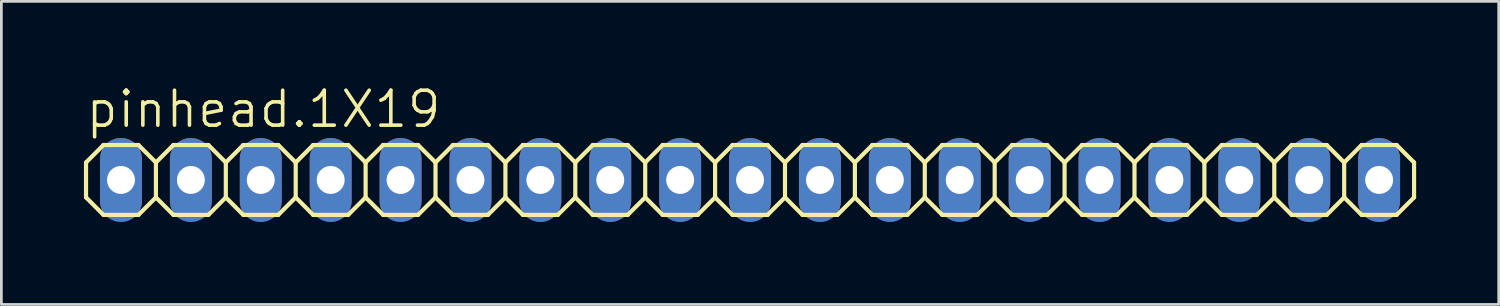
<source format=kicad_pcb>
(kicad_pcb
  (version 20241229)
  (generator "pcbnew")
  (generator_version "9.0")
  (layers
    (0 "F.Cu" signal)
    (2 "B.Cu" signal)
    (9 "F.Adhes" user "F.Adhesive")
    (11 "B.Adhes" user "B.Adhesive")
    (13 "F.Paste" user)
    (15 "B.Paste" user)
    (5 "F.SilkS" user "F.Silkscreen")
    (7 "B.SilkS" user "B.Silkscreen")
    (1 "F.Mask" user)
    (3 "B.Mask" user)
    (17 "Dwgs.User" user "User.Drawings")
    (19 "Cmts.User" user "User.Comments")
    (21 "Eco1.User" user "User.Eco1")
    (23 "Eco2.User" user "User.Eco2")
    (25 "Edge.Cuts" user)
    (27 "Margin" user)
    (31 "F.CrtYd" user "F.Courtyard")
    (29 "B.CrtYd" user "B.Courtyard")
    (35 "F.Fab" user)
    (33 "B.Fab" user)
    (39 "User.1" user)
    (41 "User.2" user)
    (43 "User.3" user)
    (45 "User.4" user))
  (footprint "pinhead.1X19"
    (layer "F.Cu")
    (at 24.206 3.489)
    (property "Reference" "pinhead.1X19" (at -24.206 -1.829 0) (layer "F.SilkS") (effects (font (size 1.27 1.27) (thickness 0.13)) (justify left bottom)))
    (attr through_hole)
    (fp_line (start -24.13 -0.635) (end -24.13 0.635) (stroke (width 0.152) (type default)) (layer "F.SilkS"))
    (fp_line (start -24.13 0.635) (end -23.495 1.27) (stroke (width 0.152) (type default)) (layer "F.SilkS"))
    (fp_line (start -23.495 -1.27) (end -24.13 -0.635) (stroke (width 0.152) (type default)) (layer "F.SilkS"))
    (fp_line (start -23.495 -1.27) (end -22.225 -1.27) (stroke (width 0.152) (type default)) (layer "F.SilkS"))
    (fp_line (start -22.225 -1.27) (end -21.59 -0.635) (stroke (width 0.152) (type default)) (layer "F.SilkS"))
    (fp_line (start -22.225 1.27) (end -23.495 1.27) (stroke (width 0.152) (type default)) (layer "F.SilkS"))
    (fp_line (start -21.59 -0.635) (end -21.59 0.635) (stroke (width 0.152) (type default)) (layer "F.SilkS"))
    (fp_line (start -21.59 -0.635) (end -20.955 -1.27) (stroke (width 0.152) (type default)) (layer "F.SilkS"))
    (fp_line (start -21.59 0.635) (end -22.225 1.27) (stroke (width 0.152) (type default)) (layer "F.SilkS"))
    (fp_line (start -20.955 -1.27) (end -19.685 -1.27) (stroke (width 0.152) (type default)) (layer "F.SilkS"))
    (fp_line (start -20.955 1.27) (end -21.59 0.635) (stroke (width 0.152) (type default)) (layer "F.SilkS"))
    (fp_line (start -19.685 -1.27) (end -19.05 -0.635) (stroke (width 0.152) (type default)) (layer "F.SilkS"))
    (fp_line (start -19.685 1.27) (end -20.955 1.27) (stroke (width 0.152) (type default)) (layer "F.SilkS"))
    (fp_line (start -19.05 -0.635) (end -19.05 0.635) (stroke (width 0.152) (type default)) (layer "F.SilkS"))
    (fp_line (start -19.05 -0.635) (end -18.415 -1.27) (stroke (width 0.152) (type default)) (layer "F.SilkS"))
    (fp_line (start -19.05 0.635) (end -19.685 1.27) (stroke (width 0.152) (type default)) (layer "F.SilkS"))
    (fp_line (start -18.415 -1.27) (end -17.145 -1.27) (stroke (width 0.152) (type default)) (layer "F.SilkS"))
    (fp_line (start -18.415 1.27) (end -19.05 0.635) (stroke (width 0.152) (type default)) (layer "F.SilkS"))
    (fp_line (start -17.145 -1.27) (end -16.51 -0.635) (stroke (width 0.152) (type default)) (layer "F.SilkS"))
    (fp_line (start -17.145 1.27) (end -18.415 1.27) (stroke (width 0.152) (type default)) (layer "F.SilkS"))
    (fp_line (start -16.51 -0.635) (end -16.51 0.635) (stroke (width 0.152) (type default)) (layer "F.SilkS"))
    (fp_line (start -16.51 0.635) (end -17.145 1.27) (stroke (width 0.152) (type default)) (layer "F.SilkS"))
    (fp_line (start -16.51 0.635) (end -15.875 1.27) (stroke (width 0.152) (type default)) (layer "F.SilkS"))
    (fp_line (start -15.875 -1.27) (end -16.51 -0.635) (stroke (width 0.152) (type default)) (layer "F.SilkS"))
    (fp_line (start -15.875 -1.27) (end -14.605 -1.27) (stroke (width 0.152) (type default)) (layer "F.SilkS"))
    (fp_line (start -14.605 -1.27) (end -13.97 -0.635) (stroke (width 0.152) (type default)) (layer "F.SilkS"))
    (fp_line (start -14.605 1.27) (end -15.875 1.27) (stroke (width 0.152) (type default)) (layer "F.SilkS"))
    (fp_line (start -13.97 -0.635) (end -13.97 0.635) (stroke (width 0.152) (type default)) (layer "F.SilkS"))
    (fp_line (start -13.97 -0.635) (end -13.335 -1.27) (stroke (width 0.152) (type default)) (layer "F.SilkS"))
    (fp_line (start -13.97 0.635) (end -14.605 1.27) (stroke (width 0.152) (type default)) (layer "F.SilkS"))
    (fp_line (start -13.335 -1.27) (end -12.065 -1.27) (stroke (width 0.152) (type default)) (layer "F.SilkS"))
    (fp_line (start -13.335 1.27) (end -13.97 0.635) (stroke (width 0.152) (type default)) (layer "F.SilkS"))
    (fp_line (start -12.065 -1.27) (end -11.43 -0.635) (stroke (width 0.152) (type default)) (layer "F.SilkS"))
    (fp_line (start -12.065 1.27) (end -13.335 1.27) (stroke (width 0.152) (type default)) (layer "F.SilkS"))
    (fp_line (start -11.43 -0.635) (end -11.43 0.635) (stroke (width 0.152) (type default)) (layer "F.SilkS"))
    (fp_line (start -11.43 -0.635) (end -10.795 -1.27) (stroke (width 0.152) (type default)) (layer "F.SilkS"))
    (fp_line (start -11.43 0.635) (end -12.065 1.27) (stroke (width 0.152) (type default)) (layer "F.SilkS"))
    (fp_line (start -10.795 -1.27) (end -9.525 -1.27) (stroke (width 0.152) (type default)) (layer "F.SilkS"))
    (fp_line (start -10.795 1.27) (end -11.43 0.635) (stroke (width 0.152) (type default)) (layer "F.SilkS"))
    (fp_line (start -9.525 -1.27) (end -8.89 -0.635) (stroke (width 0.152) (type default)) (layer "F.SilkS"))
    (fp_line (start -9.525 1.27) (end -10.795 1.27) (stroke (width 0.152) (type default)) (layer "F.SilkS"))
    (fp_line (start -8.89 -0.635) (end -8.89 0.635) (stroke (width 0.152) (type default)) (layer "F.SilkS"))
    (fp_line (start -8.89 0.635) (end -9.525 1.27) (stroke (width 0.152) (type default)) (layer "F.SilkS"))
    (fp_line (start -8.89 0.635) (end -8.255 1.27) (stroke (width 0.152) (type default)) (layer "F.SilkS"))
    (fp_line (start -8.255 -1.27) (end -8.89 -0.635) (stroke (width 0.152) (type default)) (layer "F.SilkS"))
    (fp_line (start -8.255 -1.27) (end -6.985 -1.27) (stroke (width 0.152) (type default)) (layer "F.SilkS"))
    (fp_line (start -6.985 -1.27) (end -6.35 -0.635) (stroke (width 0.152) (type default)) (layer "F.SilkS"))
    (fp_line (start -6.985 1.27) (end -8.255 1.27) (stroke (width 0.152) (type default)) (layer "F.SilkS"))
    (fp_line (start -6.35 -0.635) (end -6.35 0.635) (stroke (width 0.152) (type default)) (layer "F.SilkS"))
    (fp_line (start -6.35 -0.635) (end -5.715 -1.27) (stroke (width 0.152) (type default)) (layer "F.SilkS"))
    (fp_line (start -6.35 0.635) (end -6.985 1.27) (stroke (width 0.152) (type default)) (layer "F.SilkS"))
    (fp_line (start -5.715 -1.27) (end -4.445 -1.27) (stroke (width 0.152) (type default)) (layer "F.SilkS"))
    (fp_line (start -5.715 1.27) (end -6.35 0.635) (stroke (width 0.152) (type default)) (layer "F.SilkS"))
    (fp_line (start -4.445 -1.27) (end -3.81 -0.635) (stroke (width 0.152) (type default)) (layer "F.SilkS"))
    (fp_line (start -4.445 1.27) (end -5.715 1.27) (stroke (width 0.152) (type default)) (layer "F.SilkS"))
    (fp_line (start -3.81 -0.635) (end -3.81 0.635) (stroke (width 0.152) (type default)) (layer "F.SilkS"))
    (fp_line (start -3.81 -0.635) (end -3.175 -1.27) (stroke (width 0.152) (type default)) (layer "F.SilkS"))
    (fp_line (start -3.81 0.635) (end -4.445 1.27) (stroke (width 0.152) (type default)) (layer "F.SilkS"))
    (fp_line (start -3.175 -1.27) (end -1.905 -1.27) (stroke (width 0.152) (type default)) (layer "F.SilkS"))
    (fp_line (start -3.175 1.27) (end -3.81 0.635) (stroke (width 0.152) (type default)) (layer "F.SilkS"))
    (fp_line (start -1.905 -1.27) (end -1.27 -0.635) (stroke (width 0.152) (type default)) (layer "F.SilkS"))
    (fp_line (start -1.905 1.27) (end -3.175 1.27) (stroke (width 0.152) (type default)) (layer "F.SilkS"))
    (fp_line (start -1.27 -0.635) (end -1.27 0.635) (stroke (width 0.152) (type default)) (layer "F.SilkS"))
    (fp_line (start -1.27 0.635) (end -1.905 1.27) (stroke (width 0.152) (type default)) (layer "F.SilkS"))
    (fp_line (start -1.27 0.635) (end -0.635 1.27) (stroke (width 0.152) (type default)) (layer "F.SilkS"))
    (fp_line (start -0.635 -1.27) (end -1.27 -0.635) (stroke (width 0.152) (type default)) (layer "F.SilkS"))
    (fp_line (start -0.635 -1.27) (end 0.635 -1.27) (stroke (width 0.152) (type default)) (layer "F.SilkS"))
    (fp_line (start 0.635 -1.27) (end 1.27 -0.635) (stroke (width 0.152) (type default)) (layer "F.SilkS"))
    (fp_line (start 0.635 1.27) (end -0.635 1.27) (stroke (width 0.152) (type default)) (layer "F.SilkS"))
    (fp_line (start 1.27 -0.635) (end 1.27 0.635) (stroke (width 0.152) (type default)) (layer "F.SilkS"))
    (fp_line (start 1.27 -0.635) (end 1.905 -1.27) (stroke (width 0.152) (type default)) (layer "F.SilkS"))
    (fp_line (start 1.27 0.635) (end 0.635 1.27) (stroke (width 0.152) (type default)) (layer "F.SilkS"))
    (fp_line (start 1.905 -1.27) (end 3.175 -1.27) (stroke (width 0.152) (type default)) (layer "F.SilkS"))
    (fp_line (start 1.905 1.27) (end 1.27 0.635) (stroke (width 0.152) (type default)) (layer "F.SilkS"))
    (fp_line (start 3.175 -1.27) (end 3.81 -0.635) (stroke (width 0.152) (type default)) (layer "F.SilkS"))
    (fp_line (start 3.175 1.27) (end 1.905 1.27) (stroke (width 0.152) (type default)) (layer "F.SilkS"))
    (fp_line (start 3.81 -0.635) (end 3.81 0.635) (stroke (width 0.152) (type default)) (layer "F.SilkS"))
    (fp_line (start 3.81 -0.635) (end 4.445 -1.27) (stroke (width 0.152) (type default)) (layer "F.SilkS"))
    (fp_line (start 3.81 0.635) (end 3.175 1.27) (stroke (width 0.152) (type default)) (layer "F.SilkS"))
    (fp_line (start 4.445 -1.27) (end 5.715 -1.27) (stroke (width 0.152) (type default)) (layer "F.SilkS"))
    (fp_line (start 4.445 1.27) (end 3.81 0.635) (stroke (width 0.152) (type default)) (layer "F.SilkS"))
    (fp_line (start 5.715 -1.27) (end 6.35 -0.635) (stroke (width 0.152) (type default)) (layer "F.SilkS"))
    (fp_line (start 5.715 1.27) (end 4.445 1.27) (stroke (width 0.152) (type default)) (layer "F.SilkS"))
    (fp_line (start 6.35 -0.635) (end 6.35 0.635) (stroke (width 0.152) (type default)) (layer "F.SilkS"))
    (fp_line (start 6.35 0.635) (end 5.715 1.27) (stroke (width 0.152) (type default)) (layer "F.SilkS"))
    (fp_line (start 6.35 0.635) (end 6.985 1.27) (stroke (width 0.152) (type default)) (layer "F.SilkS"))
    (fp_line (start 6.985 -1.27) (end 6.35 -0.635) (stroke (width 0.152) (type default)) (layer "F.SilkS"))
    (fp_line (start 6.985 -1.27) (end 8.255 -1.27) (stroke (width 0.152) (type default)) (layer "F.SilkS"))
    (fp_line (start 8.255 -1.27) (end 8.89 -0.635) (stroke (width 0.152) (type default)) (layer "F.SilkS"))
    (fp_line (start 8.255 1.27) (end 6.985 1.27) (stroke (width 0.152) (type default)) (layer "F.SilkS"))
    (fp_line (start 8.89 -0.635) (end 8.89 0.635) (stroke (width 0.152) (type default)) (layer "F.SilkS"))
    (fp_line (start 8.89 -0.635) (end 9.525 -1.27) (stroke (width 0.152) (type default)) (layer "F.SilkS"))
    (fp_line (start 8.89 0.635) (end 8.255 1.27) (stroke (width 0.152) (type default)) (layer "F.SilkS"))
    (fp_line (start 9.525 -1.27) (end 10.795 -1.27) (stroke (width 0.152) (type default)) (layer "F.SilkS"))
    (fp_line (start 9.525 1.27) (end 8.89 0.635) (stroke (width 0.152) (type default)) (layer "F.SilkS"))
    (fp_line (start 10.795 -1.27) (end 11.43 -0.635) (stroke (width 0.152) (type default)) (layer "F.SilkS"))
    (fp_line (start 10.795 1.27) (end 9.525 1.27) (stroke (width 0.152) (type default)) (layer "F.SilkS"))
    (fp_line (start 11.43 -0.635) (end 11.43 0.635) (stroke (width 0.152) (type default)) (layer "F.SilkS"))
    (fp_line (start 11.43 -0.635) (end 12.065 -1.27) (stroke (width 0.152) (type default)) (layer "F.SilkS"))
    (fp_line (start 11.43 0.635) (end 10.795 1.27) (stroke (width 0.152) (type default)) (layer "F.SilkS"))
    (fp_line (start 12.065 -1.27) (end 13.335 -1.27) (stroke (width 0.152) (type default)) (layer "F.SilkS"))
    (fp_line (start 12.065 1.27) (end 11.43 0.635) (stroke (width 0.152) (type default)) (layer "F.SilkS"))
    (fp_line (start 13.335 -1.27) (end 13.97 -0.635) (stroke (width 0.152) (type default)) (layer "F.SilkS"))
    (fp_line (start 13.335 1.27) (end 12.065 1.27) (stroke (width 0.152) (type default)) (layer "F.SilkS"))
    (fp_line (start 13.97 -0.635) (end 13.97 0.635) (stroke (width 0.152) (type default)) (layer "F.SilkS"))
    (fp_line (start 13.97 0.635) (end 13.335 1.27) (stroke (width 0.152) (type default)) (layer "F.SilkS"))
    (fp_line (start 13.97 0.635) (end 14.605 1.27) (stroke (width 0.152) (type default)) (layer "F.SilkS"))
    (fp_line (start 14.605 -1.27) (end 13.97 -0.635) (stroke (width 0.152) (type default)) (layer "F.SilkS"))
    (fp_line (start 14.605 -1.27) (end 15.875 -1.27) (stroke (width 0.152) (type default)) (layer "F.SilkS"))
    (fp_line (start 15.875 -1.27) (end 16.51 -0.635) (stroke (width 0.152) (type default)) (layer "F.SilkS"))
    (fp_line (start 15.875 1.27) (end 14.605 1.27) (stroke (width 0.152) (type default)) (layer "F.SilkS"))
    (fp_line (start 16.51 -0.635) (end 16.51 0.635) (stroke (width 0.152) (type default)) (layer "F.SilkS"))
    (fp_line (start 16.51 -0.635) (end 17.145 -1.27) (stroke (width 0.152) (type default)) (layer "F.SilkS"))
    (fp_line (start 16.51 0.635) (end 15.875 1.27) (stroke (width 0.152) (type default)) (layer "F.SilkS"))
    (fp_line (start 17.145 -1.27) (end 18.415 -1.27) (stroke (width 0.152) (type default)) (layer "F.SilkS"))
    (fp_line (start 17.145 1.27) (end 16.51 0.635) (stroke (width 0.152) (type default)) (layer "F.SilkS"))
    (fp_line (start 18.415 -1.27) (end 19.05 -0.635) (stroke (width 0.152) (type default)) (layer "F.SilkS"))
    (fp_line (start 18.415 1.27) (end 17.145 1.27) (stroke (width 0.152) (type default)) (layer "F.SilkS"))
    (fp_line (start 19.05 -0.635) (end 19.05 0.635) (stroke (width 0.152) (type default)) (layer "F.SilkS"))
    (fp_line (start 19.05 -0.635) (end 19.685 -1.27) (stroke (width 0.152) (type default)) (layer "F.SilkS"))
    (fp_line (start 19.05 0.635) (end 18.415 1.27) (stroke (width 0.152) (type default)) (layer "F.SilkS"))
    (fp_line (start 19.685 -1.27) (end 20.955 -1.27) (stroke (width 0.152) (type default)) (layer "F.SilkS"))
    (fp_line (start 19.685 1.27) (end 19.05 0.635) (stroke (width 0.152) (type default)) (layer "F.SilkS"))
    (fp_line (start 20.955 -1.27) (end 21.59 -0.635) (stroke (width 0.152) (type default)) (layer "F.SilkS"))
    (fp_line (start 20.955 1.27) (end 19.685 1.27) (stroke (width 0.152) (type default)) (layer "F.SilkS"))
    (fp_line (start 21.59 -0.635) (end 21.59 0.635) (stroke (width 0.152) (type default)) (layer "F.SilkS"))
    (fp_line (start 21.59 -0.635) (end 22.225 -1.27) (stroke (width 0.152) (type default)) (layer "F.SilkS"))
    (fp_line (start 21.59 0.635) (end 20.955 1.27) (stroke (width 0.152) (type default)) (layer "F.SilkS"))
    (fp_line (start 22.225 -1.27) (end 23.495 -1.27) (stroke (width 0.152) (type default)) (layer "F.SilkS"))
    (fp_line (start 22.225 1.27) (end 21.59 0.635) (stroke (width 0.152) (type default)) (layer "F.SilkS"))
    (fp_line (start 23.495 -1.27) (end 24.13 -0.635) (stroke (width 0.152) (type default)) (layer "F.SilkS"))
    (fp_line (start 23.495 1.27) (end 22.225 1.27) (stroke (width 0.152) (type default)) (layer "F.SilkS"))
    (fp_line (start 24.13 -0.635) (end 24.13 0.635) (stroke (width 0.152) (type default)) (layer "F.SilkS"))
    (fp_line (start 24.13 0.635) (end 23.495 1.27) (stroke (width 0.152) (type default)) (layer "F.SilkS"))
    (fp_rect (start -23.114 0.254) (end -22.606 -0.254) (stroke (width 0.05) (type default)) (fill no) (layer "F.Fab"))
    (fp_rect (start -20.574 0.254) (end -20.066 -0.254) (stroke (width 0.05) (type default)) (fill no) (layer "F.Fab"))
    (fp_rect (start -18.034 0.254) (end -17.526 -0.254) (stroke (width 0.05) (type default)) (fill no) (layer "F.Fab"))
    (fp_rect (start -15.494 0.254) (end -14.986 -0.254) (stroke (width 0.05) (type default)) (fill no) (layer "F.Fab"))
    (fp_rect (start -12.954 0.254) (end -12.446 -0.254) (stroke (width 0.05) (type default)) (fill no) (layer "F.Fab"))
    (fp_rect (start -10.414 0.254) (end -9.906 -0.254) (stroke (width 0.05) (type default)) (fill no) (layer "F.Fab"))
    (fp_rect (start -7.874 0.254) (end -7.366 -0.254) (stroke (width 0.05) (type default)) (fill no) (layer "F.Fab"))
    (fp_rect (start -5.334 0.254) (end -4.826 -0.254) (stroke (width 0.05) (type default)) (fill no) (layer "F.Fab"))
    (fp_rect (start -2.794 0.254) (end -2.286 -0.254) (stroke (width 0.05) (type default)) (fill no) (layer "F.Fab"))
    (fp_rect (start -0.254 0.254) (end 0.254 -0.254) (stroke (width 0.05) (type default)) (fill no) (layer "F.Fab"))
    (fp_rect (start 2.286 0.254) (end 2.794 -0.254) (stroke (width 0.05) (type default)) (fill no) (layer "F.Fab"))
    (fp_rect (start 4.826 0.254) (end 5.334 -0.254) (stroke (width 0.05) (type default)) (fill no) (layer "F.Fab"))
    (fp_rect (start 7.366 0.254) (end 7.874 -0.254) (stroke (width 0.05) (type default)) (fill no) (layer "F.Fab"))
    (fp_rect (start 9.906 0.254) (end 10.414 -0.254) (stroke (width 0.05) (type default)) (fill no) (layer "F.Fab"))
    (fp_rect (start 12.446 0.254) (end 12.954 -0.254) (stroke (width 0.05) (type default)) (fill no) (layer "F.Fab"))
    (fp_rect (start 14.986 0.254) (end 15.494 -0.254) (stroke (width 0.05) (type default)) (fill no) (layer "F.Fab"))
    (fp_rect (start 17.526 0.254) (end 18.034 -0.254) (stroke (width 0.05) (type default)) (fill no) (layer "F.Fab"))
    (fp_rect (start 20.066 0.254) (end 20.574 -0.254) (stroke (width 0.05) (type default)) (fill no) (layer "F.Fab"))
    (fp_rect (start 22.606 0.254) (end 23.114 -0.254) (stroke (width 0.05) (type default)) (fill no) (layer "F.Fab"))
    (pad "1" thru_hole oval (at -22.86 0 90) (size 3.048 1.524) (drill 1.016) (layers "*.Cu" "*.Mask"))
    (pad "2" thru_hole oval (at -20.32 0 90) (size 3.048 1.524) (drill 1.016) (layers "*.Cu" "*.Mask"))
    (pad "3" thru_hole oval (at -17.78 0 90) (size 3.048 1.524) (drill 1.016) (layers "*.Cu" "*.Mask"))
    (pad "4" thru_hole oval (at -15.24 0 90) (size 3.048 1.524) (drill 1.016) (layers "*.Cu" "*.Mask"))
    (pad "5" thru_hole oval (at -12.7 0 90) (size 3.048 1.524) (drill 1.016) (layers "*.Cu" "*.Mask"))
    (pad "6" thru_hole oval (at -10.16 0 90) (size 3.048 1.524) (drill 1.016) (layers "*.Cu" "*.Mask"))
    (pad "7" thru_hole oval (at -7.62 0 90) (size 3.048 1.524) (drill 1.016) (layers "*.Cu" "*.Mask"))
    (pad "8" thru_hole oval (at -5.08 0 90) (size 3.048 1.524) (drill 1.016) (layers "*.Cu" "*.Mask"))
    (pad "9" thru_hole oval (at -2.54 0 90) (size 3.048 1.524) (drill 1.016) (layers "*.Cu" "*.Mask"))
    (pad "10" thru_hole oval (at 0 0 90) (size 3.048 1.524) (drill 1.016) (layers "*.Cu" "*.Mask"))
    (pad "11" thru_hole oval (at 2.54 0 90) (size 3.048 1.524) (drill 1.016) (layers "*.Cu" "*.Mask"))
    (pad "12" thru_hole oval (at 5.08 0 90) (size 3.048 1.524) (drill 1.016) (layers "*.Cu" "*.Mask"))
    (pad "13" thru_hole oval (at 7.62 0 90) (size 3.048 1.524) (drill 1.016) (layers "*.Cu" "*.Mask"))
    (pad "14" thru_hole oval (at 10.16 0 90) (size 3.048 1.524) (drill 1.016) (layers "*.Cu" "*.Mask"))
    (pad "15" thru_hole oval (at 12.7 0 90) (size 3.048 1.524) (drill 1.016) (layers "*.Cu" "*.Mask"))
    (pad "16" thru_hole oval (at 15.24 0 90) (size 3.048 1.524) (drill 1.016) (layers "*.Cu" "*.Mask"))
    (pad "17" thru_hole oval (at 17.78 0 90) (size 3.048 1.524) (drill 1.016) (layers "*.Cu" "*.Mask"))
    (pad "18" thru_hole oval (at 20.32 0 90) (size 3.048 1.524) (drill 1.016) (layers "*.Cu" "*.Mask"))
    (pad "19" thru_hole oval (at 22.86 0 90) (size 3.048 1.524) (drill 1.016) (layers "*.Cu" "*.Mask")))
  (gr_rect
    (start -3 -3)
    (end 51.412 8.013)
    (stroke (width 0.1) (type default))
    (fill no)
    (layer "Edge.Cuts")))
</source>
